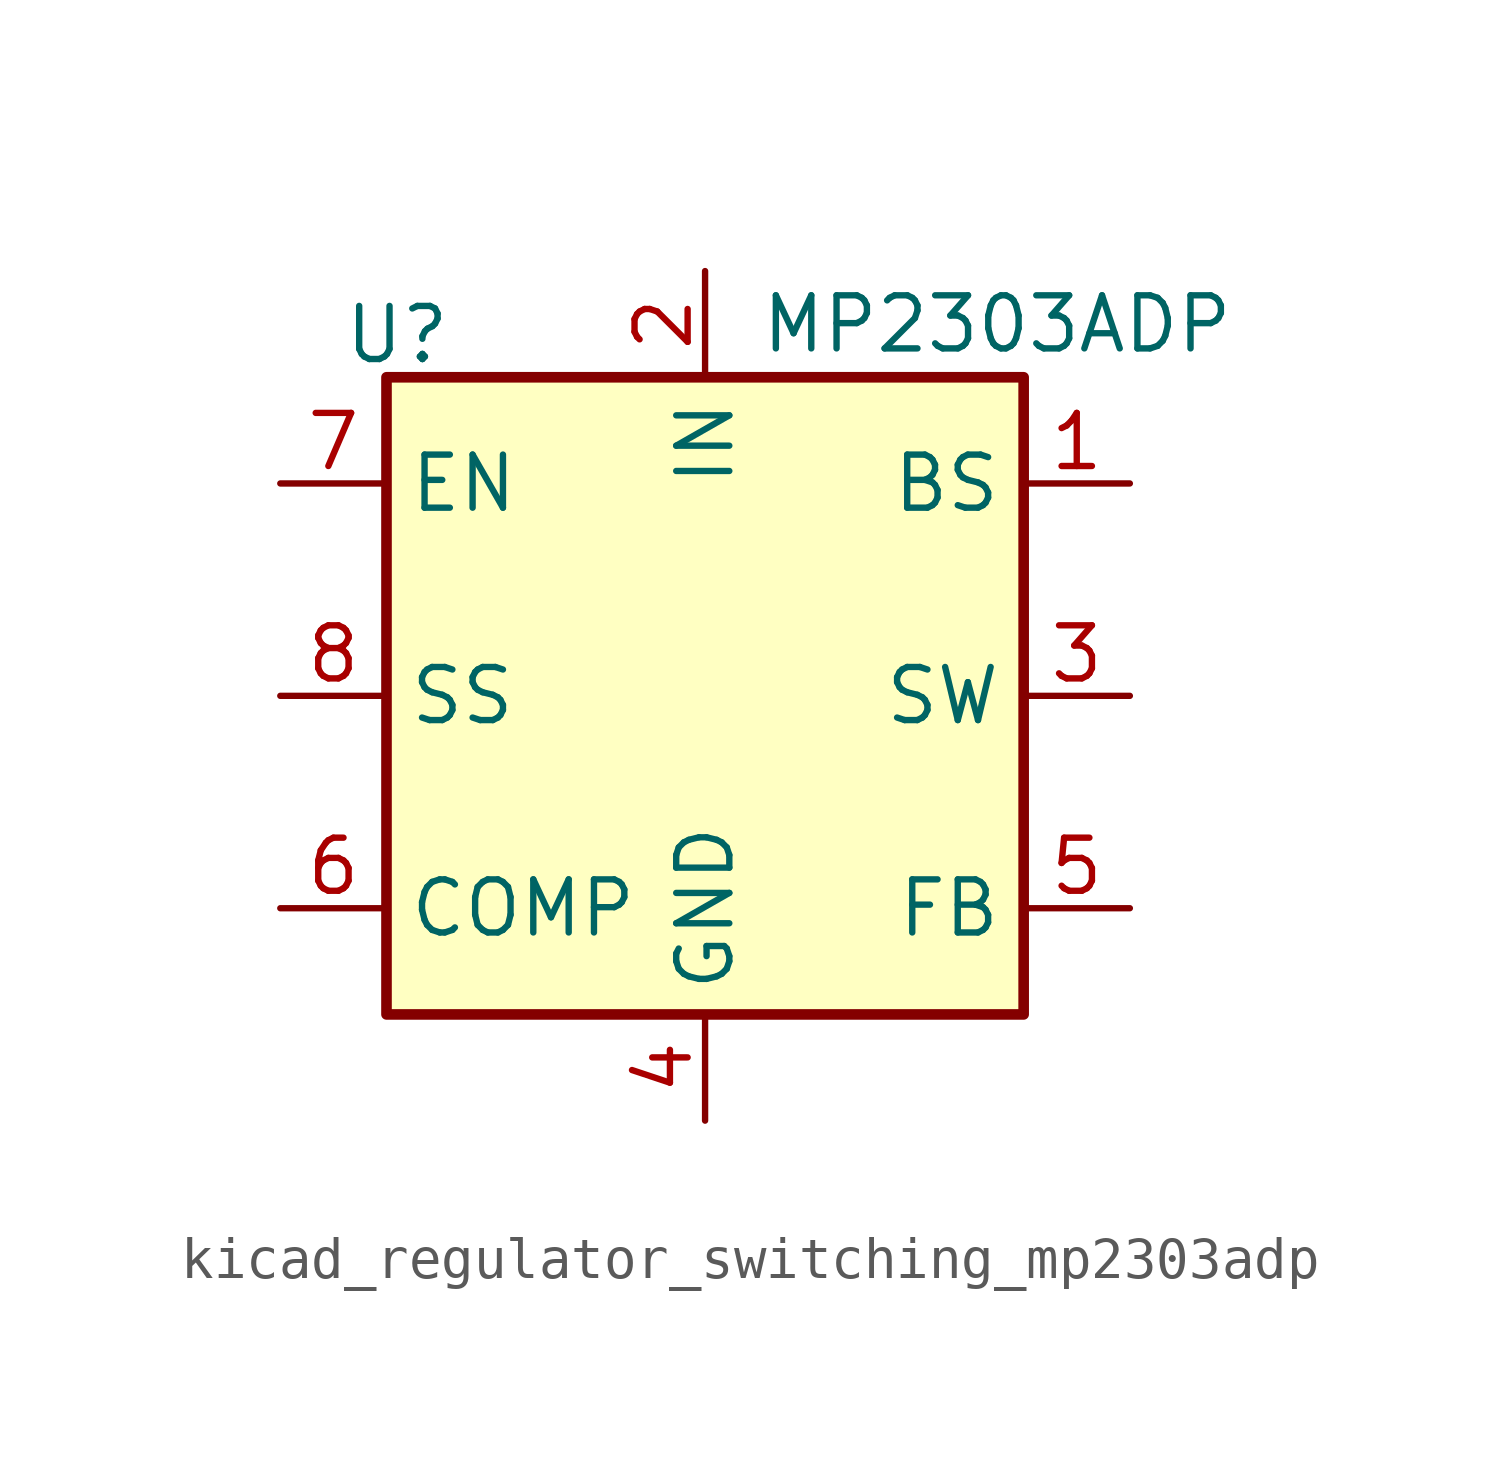
<source format=kicad_sym>
(kicad_symbol_lib
  (version 20220914)
  (generator kicad_symbol_editor)
  (symbol "kicad_regulator_switching_mp2303adp"
    (property "Reference" "U"
      (at -7.366 8.636 0)
      (effects (font (size 1.27 1.27))))
    (property "Value" "MP2303ADP"
      (at 6.985 8.89 0)
      (effects (font (size 1.27 1.27))))
    (symbol "kicad_regulator_switching_mp2303adp_0_1"
      (rectangle (start -7.62 7.62) (end 7.62 -7.62) (stroke (width 0.254) (type default)) (fill (type background))))
    (symbol "kicad_regulator_switching_mp2303adp_1_1"
      (pin passive line (at 10.16 5.08 180) (length 2.54) (name "BS" (effects (font (size 1.27 1.27)))) (number "1" (effects (font (size 1.27 1.27)))))
      (pin power_in line (at 0 10.16 270) (length 2.54) (name "IN" (effects (font (size 1.27 1.27)))) (number "2" (effects (font (size 1.27 1.27)))))
      (pin output line (at 10.16 0 180) (length 2.54) (name "SW" (effects (font (size 1.27 1.27)))) (number "3" (effects (font (size 1.27 1.27)))))
      (pin power_in line (at 0 -10.16 90) (length 2.54) (name "GND" (effects (font (size 1.27 1.27)))) (number "4" (effects (font (size 1.27 1.27)))))
      (pin input line (at 10.16 -5.08 180) (length 2.54) (name "FB" (effects (font (size 1.27 1.27)))) (number "5" (effects (font (size 1.27 1.27)))))
      (pin passive line (at -10.16 -5.08 0) (length 2.54) (name "COMP" (effects (font (size 1.27 1.27)))) (number "6" (effects (font (size 1.27 1.27)))))
      (pin input line (at -10.16 5.08 0) (length 2.54) (name "EN" (effects (font (size 1.27 1.27)))) (number "7" (effects (font (size 1.27 1.27)))))
      (pin input line (at -10.16 0 0) (length 2.54) (name "SS" (effects (font (size 1.27 1.27)))) (number "8" (effects (font (size 1.27 1.27))))))))
</source>
